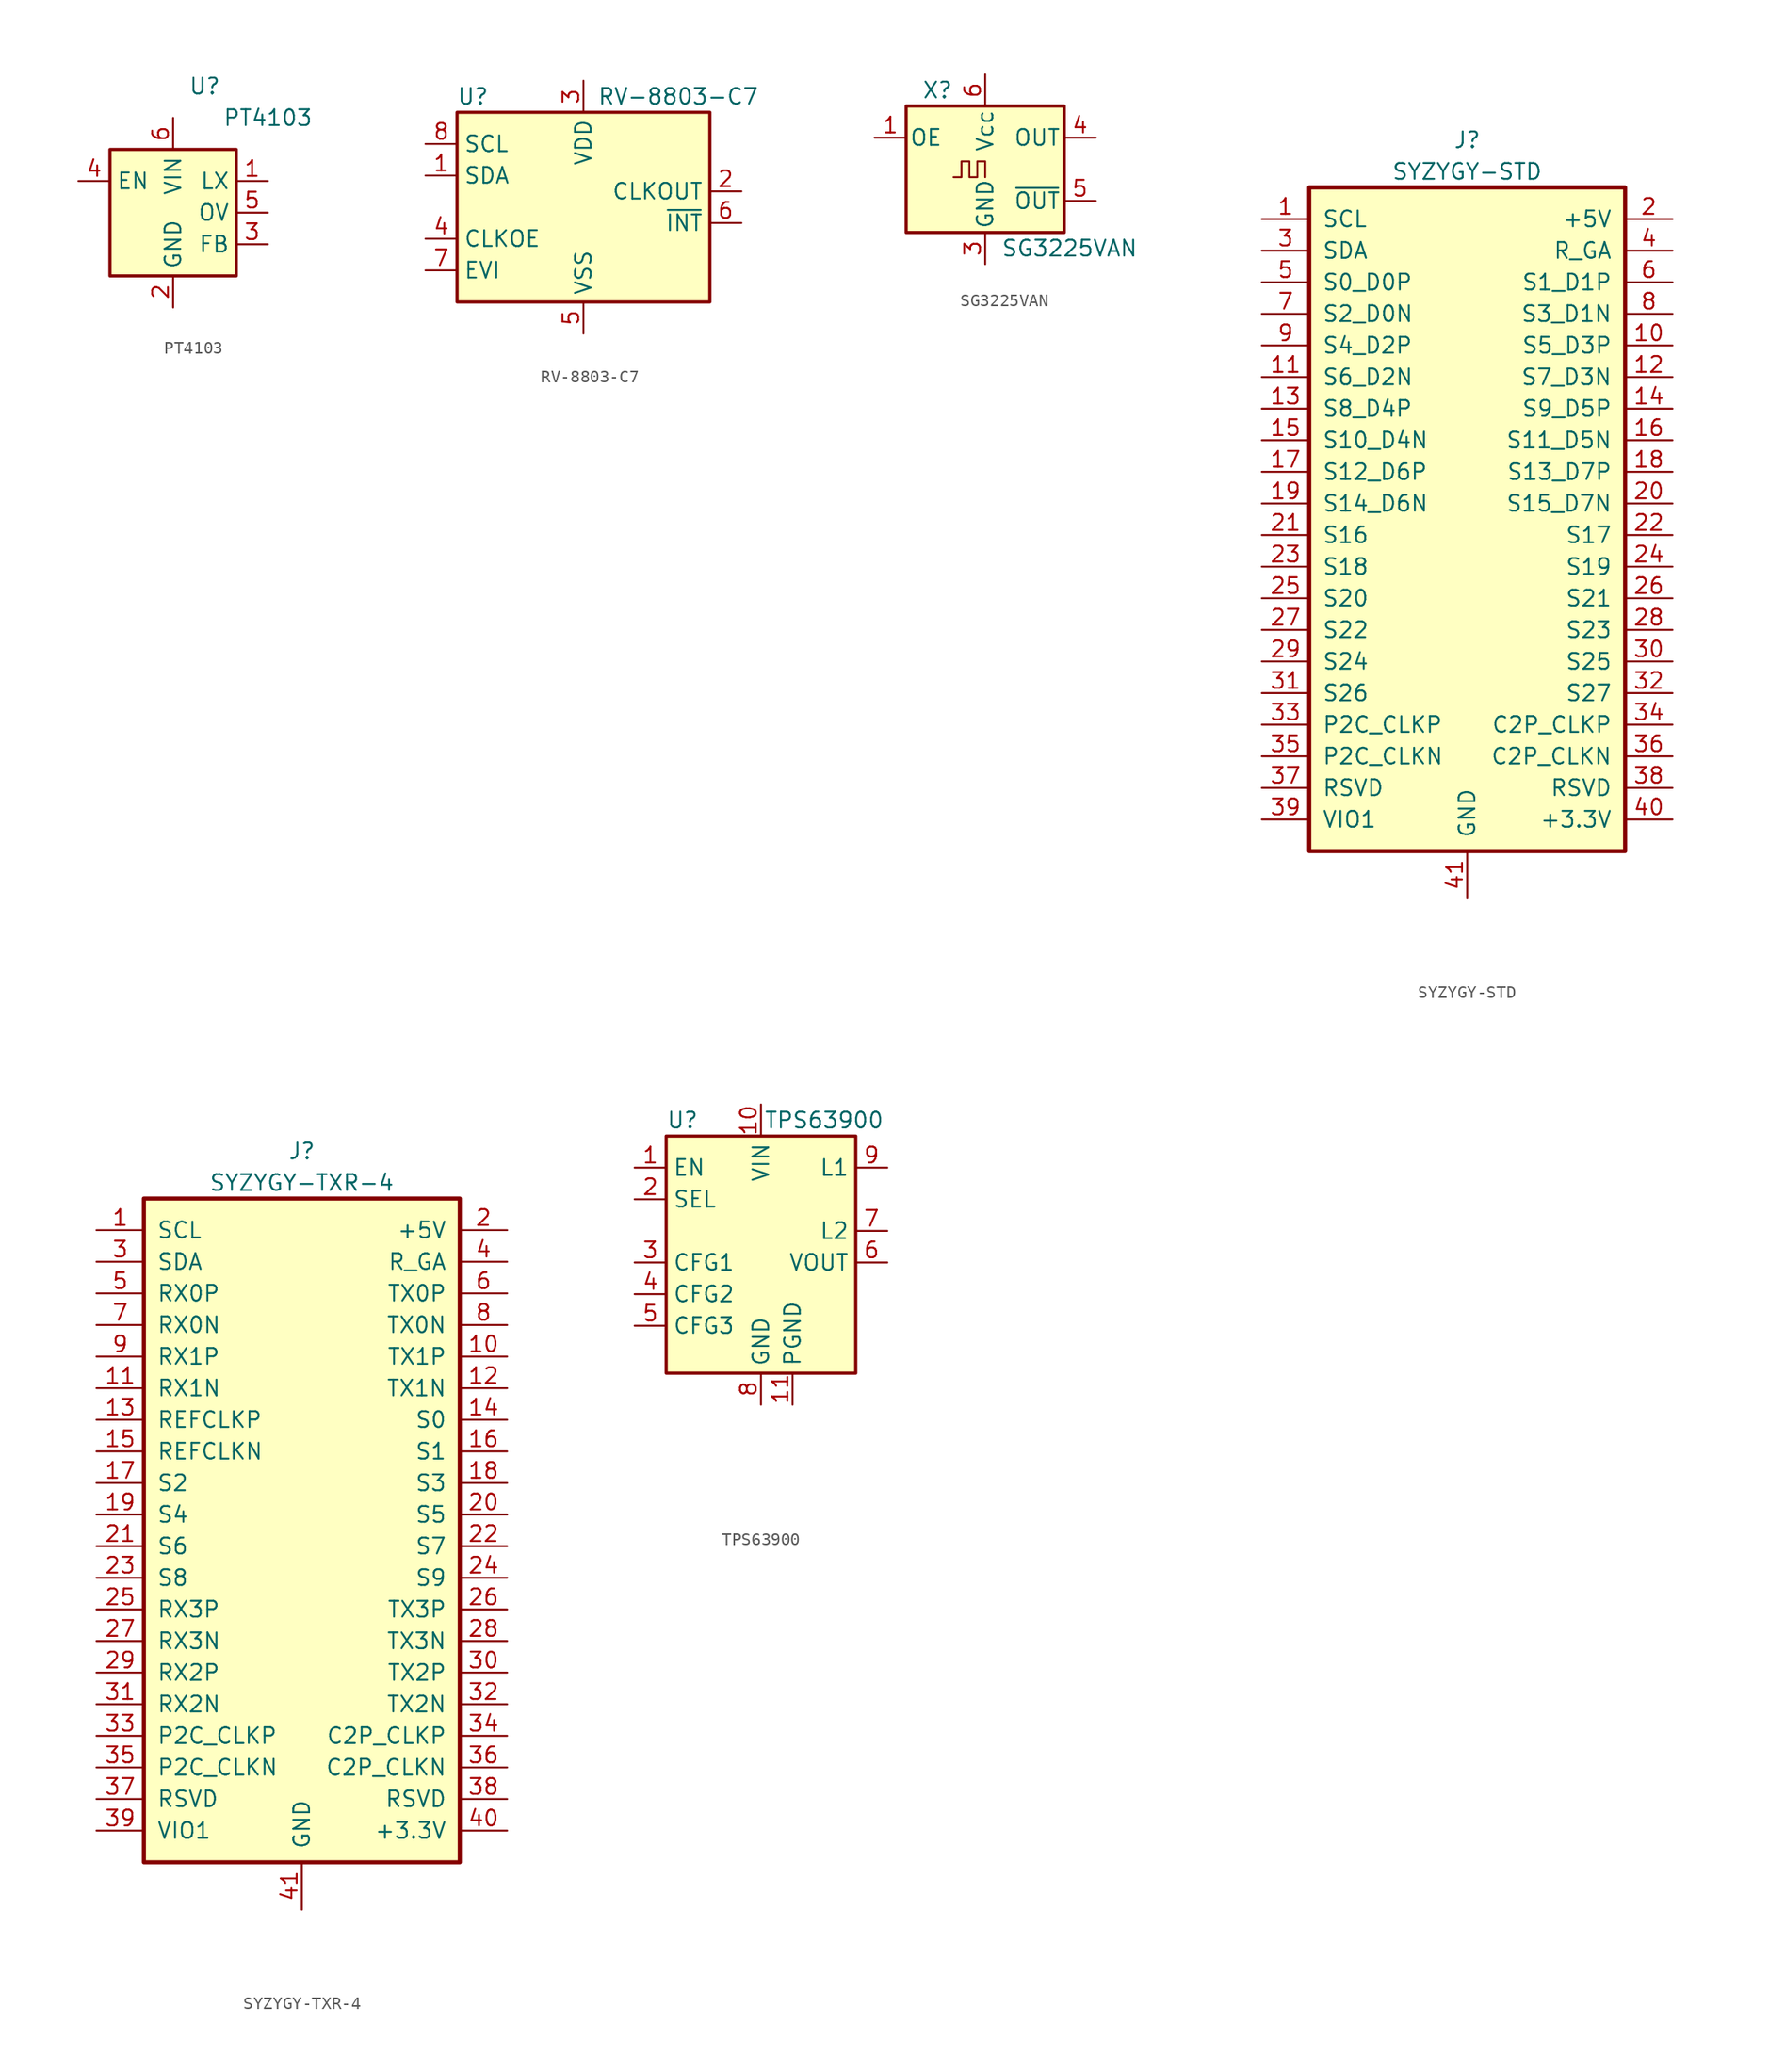
<source format=kicad_sym>
(kicad_symbol_lib
  (version 20201005)
  (generator kicad_symbol_editor)
  (symbol "gsd-kicad:PT4103"
    (property "Reference" "U"
      (at 2.54 10.16 0)
      (effects (font (size 1.27 1.27))))
    (property "Value" "PT4103"
      (at 7.62 7.62 0)
      (effects (font (size 1.27 1.27))))
    (symbol "PT4103_0_1"
      (rectangle (start 5.08 -5.08) (end -5.08 5.08) (stroke (width 0.254)) (fill (type background))))
    (symbol "PT4103_1_1"
      (pin open_collector line (at 7.62 2.54 180) (length 2.54) (name "LX" (effects (font (size 1.27 1.27)))) (number "1" (effects (font (size 1.27 1.27)))))
      (pin power_in line (at 0 -7.62 90) (length 2.54) (name "GND" (effects (font (size 1.27 1.27)))) (number "2" (effects (font (size 1.27 1.27)))))
      (pin input line (at 7.62 -2.54 180) (length 2.54) (name "FB" (effects (font (size 1.27 1.27)))) (number "3" (effects (font (size 1.27 1.27)))))
      (pin input line (at -7.62 2.54 0) (length 2.54) (name "EN" (effects (font (size 1.27 1.27)))) (number "4" (effects (font (size 1.27 1.27)))))
      (pin input line (at 7.62 0 180) (length 2.54) (name "OV" (effects (font (size 1.27 1.27)))) (number "5" (effects (font (size 1.27 1.27)))))
      (pin power_in line (at 0 7.62 270) (length 2.54) (name "VIN" (effects (font (size 1.27 1.27)))) (number "6" (effects (font (size 1.27 1.27)))))))
  (symbol "gsd-kicad:RV-8803-C7"
    (property "Reference" "U"
      (at -8.89 8.89 0)
      (effects (font (size 1.27 1.27))))
    (property "Value" "RV-8803-C7"
      (at 7.62 8.89 0)
      (effects (font (size 1.27 1.27))))
    (symbol "RV-8803-C7_0_1"
      (rectangle (start 10.16 7.62) (end -10.16 -7.62) (stroke (width 0.254)) (fill (type background))))
    (symbol "RV-8803-C7_1_1"
      (pin power_in line (at 0 10.16 270) (length 2.54) (name "VDD" (effects (font (size 1.27 1.27)))) (number "3" (effects (font (size 1.27 1.27)))))
      (pin open_collector line (at 12.7 -1.27 180) (length 2.54) (name "~INT" (effects (font (size 1.27 1.27)))) (number "6" (effects (font (size 1.27 1.27)))))
      (pin passive line (at 12.7 1.27 180) (length 2.54) (name "CLKOUT" (effects (font (size 1.27 1.27)))) (number "2" (effects (font (size 1.27 1.27)))))
      (pin input line (at -12.7 5.08 0) (length 2.54) (name "SCL" (effects (font (size 1.27 1.27)))) (number "8" (effects (font (size 1.27 1.27)))))
      (pin bidirectional line (at -12.7 2.54 0) (length 2.54) (name "SDA" (effects (font (size 1.27 1.27)))) (number "1" (effects (font (size 1.27 1.27)))))
      (pin power_in line (at 0 -10.16 90) (length 2.54) (name "VSS" (effects (font (size 1.27 1.27)))) (number "5" (effects (font (size 1.27 1.27)))))
      (pin input line (at -12.7 -5.08 0) (length 2.54) (name "EVI" (effects (font (size 1.27 1.27)))) (number "7" (effects (font (size 1.27 1.27)))))
      (pin input line (at -12.7 -2.54 0) (length 2.54) (name "CLKOE" (effects (font (size 1.27 1.27)))) (number "4" (effects (font (size 1.27 1.27)))))))
  (symbol "gsd-kicad:SG3225VAN"
    (pin_names
      (offset 0.254))
    (property "Reference" "X"
      (at -5.08 6.35 0)
      (effects (font (size 1.27 1.27)) (justify left)))
    (property "Value" "SG3225VAN"
      (at 1.27 -6.35 0)
      (effects (font (size 1.27 1.27)) (justify left)))
    (symbol "SG3225VAN_0_1"
      (rectangle (start -6.35 5.08) (end 6.35 -5.08) (stroke (width 0.254)) (fill (type background)))
      (polyline (pts (xy -2.54 -0.635) (xy -1.905 -0.635) (xy -1.905 0.635) (xy -1.27 0.635) (xy -1.27 -0.635) (xy -0.635 -0.635) (xy -0.635 0.635) (xy 0 0.635) (xy 0 -0.635)) (stroke (width 0)) (fill (type none))))
    (symbol "SG3225VAN_1_1"
      (pin input line (at -8.89 2.54 0) (length 2.54) (name "OE" (effects (font (size 1.27 1.27)))) (number "1" (effects (font (size 1.27 1.27)))))
      (pin power_in line (at 0 7.62 270) (length 2.54) (name "Vcc" (effects (font (size 1.27 1.27)))) (number "6" (effects (font (size 1.27 1.27)))))
      (pin power_in line (at 0 -7.62 90) (length 2.54) (name "GND" (effects (font (size 1.27 1.27)))) (number "3" (effects (font (size 1.27 1.27)))))
      (pin output line (at 8.89 2.54 180) (length 2.54) (name "OUT" (effects (font (size 1.27 1.27)))) (number "4" (effects (font (size 1.27 1.27)))))
      (pin output line (at 8.89 -2.54 180) (length 2.54) (name "~OUT" (effects (font (size 1.27 1.27)))) (number "5" (effects (font (size 1.27 1.27)))))))
  (symbol "gsd-kicad:SYZYGY-STD"
    (pin_names
      (offset 1.016))
    (property "Reference" "J"
      (at 0 27.94 0)
      (effects (font (size 1.27 1.27))))
    (property "Value" "SYZYGY-STD"
      (at 0 25.4 0)
      (effects (font (size 1.27 1.27))))
    (symbol "SYZYGY-STD_0_1"
      (rectangle (start -12.7 24.13) (end 12.7 -29.21) (stroke (width 0.33)) (fill (type background))))
    (symbol "SYZYGY-STD_1_1"
      (pin input line (at -16.51 21.59 0) (length 3.81) (name "SCL" (effects (font (size 1.27 1.27)))) (number "1" (effects (font (size 1.27 1.27)))))
      (pin input line (at 16.51 11.43 180) (length 3.81) (name "S5_D3P" (effects (font (size 1.27 1.27)))) (number "10" (effects (font (size 1.27 1.27)))))
      (pin input line (at -16.51 8.89 0) (length 3.81) (name "S6_D2N" (effects (font (size 1.27 1.27)))) (number "11" (effects (font (size 1.27 1.27)))))
      (pin input line (at 16.51 8.89 180) (length 3.81) (name "S7_D3N" (effects (font (size 1.27 1.27)))) (number "12" (effects (font (size 1.27 1.27)))))
      (pin input line (at -16.51 6.35 0) (length 3.81) (name "S8_D4P" (effects (font (size 1.27 1.27)))) (number "13" (effects (font (size 1.27 1.27)))))
      (pin input line (at 16.51 6.35 180) (length 3.81) (name "S9_D5P" (effects (font (size 1.27 1.27)))) (number "14" (effects (font (size 1.27 1.27)))))
      (pin input line (at -16.51 3.81 0) (length 3.81) (name "S10_D4N" (effects (font (size 1.27 1.27)))) (number "15" (effects (font (size 1.27 1.27)))))
      (pin input line (at 16.51 3.81 180) (length 3.81) (name "S11_D5N" (effects (font (size 1.27 1.27)))) (number "16" (effects (font (size 1.27 1.27)))))
      (pin input line (at -16.51 1.27 0) (length 3.81) (name "S12_D6P" (effects (font (size 1.27 1.27)))) (number "17" (effects (font (size 1.27 1.27)))))
      (pin input line (at 16.51 1.27 180) (length 3.81) (name "S13_D7P" (effects (font (size 1.27 1.27)))) (number "18" (effects (font (size 1.27 1.27)))))
      (pin input line (at -16.51 -1.27 0) (length 3.81) (name "S14_D6N" (effects (font (size 1.27 1.27)))) (number "19" (effects (font (size 1.27 1.27)))))
      (pin input line (at 16.51 21.59 180) (length 3.81) (name "+5V" (effects (font (size 1.27 1.27)))) (number "2" (effects (font (size 1.27 1.27)))))
      (pin input line (at 16.51 -1.27 180) (length 3.81) (name "S15_D7N" (effects (font (size 1.27 1.27)))) (number "20" (effects (font (size 1.27 1.27)))))
      (pin input line (at -16.51 -3.81 0) (length 3.81) (name "S16" (effects (font (size 1.27 1.27)))) (number "21" (effects (font (size 1.27 1.27)))))
      (pin input line (at 16.51 -3.81 180) (length 3.81) (name "S17" (effects (font (size 1.27 1.27)))) (number "22" (effects (font (size 1.27 1.27)))))
      (pin input line (at -16.51 -6.35 0) (length 3.81) (name "S18" (effects (font (size 1.27 1.27)))) (number "23" (effects (font (size 1.27 1.27)))))
      (pin input line (at 16.51 -6.35 180) (length 3.81) (name "S19" (effects (font (size 1.27 1.27)))) (number "24" (effects (font (size 1.27 1.27)))))
      (pin input line (at -16.51 -8.89 0) (length 3.81) (name "S20" (effects (font (size 1.27 1.27)))) (number "25" (effects (font (size 1.27 1.27)))))
      (pin input line (at 16.51 -8.89 180) (length 3.81) (name "S21" (effects (font (size 1.27 1.27)))) (number "26" (effects (font (size 1.27 1.27)))))
      (pin input line (at -16.51 -11.43 0) (length 3.81) (name "S22" (effects (font (size 1.27 1.27)))) (number "27" (effects (font (size 1.27 1.27)))))
      (pin input line (at 16.51 -11.43 180) (length 3.81) (name "S23" (effects (font (size 1.27 1.27)))) (number "28" (effects (font (size 1.27 1.27)))))
      (pin input line (at -16.51 -13.97 0) (length 3.81) (name "S24" (effects (font (size 1.27 1.27)))) (number "29" (effects (font (size 1.27 1.27)))))
      (pin input line (at -16.51 19.05 0) (length 3.81) (name "SDA" (effects (font (size 1.27 1.27)))) (number "3" (effects (font (size 1.27 1.27)))))
      (pin input line (at 16.51 -13.97 180) (length 3.81) (name "S25" (effects (font (size 1.27 1.27)))) (number "30" (effects (font (size 1.27 1.27)))))
      (pin input line (at -16.51 -16.51 0) (length 3.81) (name "S26" (effects (font (size 1.27 1.27)))) (number "31" (effects (font (size 1.27 1.27)))))
      (pin input line (at 16.51 -16.51 180) (length 3.81) (name "S27" (effects (font (size 1.27 1.27)))) (number "32" (effects (font (size 1.27 1.27)))))
      (pin input line (at -16.51 -19.05 0) (length 3.81) (name "P2C_CLKP" (effects (font (size 1.27 1.27)))) (number "33" (effects (font (size 1.27 1.27)))))
      (pin input line (at 16.51 -19.05 180) (length 3.81) (name "C2P_CLKP" (effects (font (size 1.27 1.27)))) (number "34" (effects (font (size 1.27 1.27)))))
      (pin input line (at -16.51 -21.59 0) (length 3.81) (name "P2C_CLKN" (effects (font (size 1.27 1.27)))) (number "35" (effects (font (size 1.27 1.27)))))
      (pin input line (at 16.51 -21.59 180) (length 3.81) (name "C2P_CLKN" (effects (font (size 1.27 1.27)))) (number "36" (effects (font (size 1.27 1.27)))))
      (pin input line (at -16.51 -24.13 0) (length 3.81) (name "RSVD" (effects (font (size 1.27 1.27)))) (number "37" (effects (font (size 1.27 1.27)))))
      (pin input line (at 16.51 -24.13 180) (length 3.81) (name "RSVD" (effects (font (size 1.27 1.27)))) (number "38" (effects (font (size 1.27 1.27)))))
      (pin input line (at -16.51 -26.67 0) (length 3.81) (name "VIO1" (effects (font (size 1.27 1.27)))) (number "39" (effects (font (size 1.27 1.27)))))
      (pin input line (at 16.51 19.05 180) (length 3.81) (name "R_GA" (effects (font (size 1.27 1.27)))) (number "4" (effects (font (size 1.27 1.27)))))
      (pin input line (at 16.51 -26.67 180) (length 3.81) (name "+3.3V" (effects (font (size 1.27 1.27)))) (number "40" (effects (font (size 1.27 1.27)))))
      (pin input line (at 0 -33.02 90) (length 3.81) (name "GND" (effects (font (size 1.27 1.27)))) (number "41" (effects (font (size 1.27 1.27)))))
      (pin input line (at -16.51 16.51 0) (length 3.81) (name "S0_D0P" (effects (font (size 1.27 1.27)))) (number "5" (effects (font (size 1.27 1.27)))))
      (pin input line (at 16.51 16.51 180) (length 3.81) (name "S1_D1P" (effects (font (size 1.27 1.27)))) (number "6" (effects (font (size 1.27 1.27)))))
      (pin input line (at -16.51 13.97 0) (length 3.81) (name "S2_D0N" (effects (font (size 1.27 1.27)))) (number "7" (effects (font (size 1.27 1.27)))))
      (pin input line (at 16.51 13.97 180) (length 3.81) (name "S3_D1N" (effects (font (size 1.27 1.27)))) (number "8" (effects (font (size 1.27 1.27)))))
      (pin input line (at -16.51 11.43 0) (length 3.81) (name "S4_D2P" (effects (font (size 1.27 1.27)))) (number "9" (effects (font (size 1.27 1.27)))))))
  (symbol "gsd-kicad:SYZYGY-TXR-4"
    (pin_names
      (offset 1.016))
    (property "Reference" "J"
      (at 0 27.94 0)
      (effects (font (size 1.27 1.27))))
    (property "Value" "SYZYGY-TXR-4"
      (at 0 25.4 0)
      (effects (font (size 1.27 1.27))))
    (symbol "SYZYGY-TXR-4_0_1"
      (rectangle (start -12.7 24.13) (end 12.7 -29.21) (stroke (width 0.33)) (fill (type background))))
    (symbol "SYZYGY-TXR-4_1_1"
      (pin input line (at -16.51 21.59 0) (length 3.81) (name "SCL" (effects (font (size 1.27 1.27)))) (number "1" (effects (font (size 1.27 1.27)))))
      (pin input line (at 16.51 11.43 180) (length 3.81) (name "TX1P" (effects (font (size 1.27 1.27)))) (number "10" (effects (font (size 1.27 1.27)))))
      (pin input line (at -16.51 8.89 0) (length 3.81) (name "RX1N" (effects (font (size 1.27 1.27)))) (number "11" (effects (font (size 1.27 1.27)))))
      (pin input line (at 16.51 8.89 180) (length 3.81) (name "TX1N" (effects (font (size 1.27 1.27)))) (number "12" (effects (font (size 1.27 1.27)))))
      (pin input line (at -16.51 6.35 0) (length 3.81) (name "REFCLKP" (effects (font (size 1.27 1.27)))) (number "13" (effects (font (size 1.27 1.27)))))
      (pin input line (at 16.51 6.35 180) (length 3.81) (name "S0" (effects (font (size 1.27 1.27)))) (number "14" (effects (font (size 1.27 1.27)))))
      (pin input line (at -16.51 3.81 0) (length 3.81) (name "REFCLKN" (effects (font (size 1.27 1.27)))) (number "15" (effects (font (size 1.27 1.27)))))
      (pin input line (at 16.51 3.81 180) (length 3.81) (name "S1" (effects (font (size 1.27 1.27)))) (number "16" (effects (font (size 1.27 1.27)))))
      (pin input line (at -16.51 1.27 0) (length 3.81) (name "S2" (effects (font (size 1.27 1.27)))) (number "17" (effects (font (size 1.27 1.27)))))
      (pin input line (at 16.51 1.27 180) (length 3.81) (name "S3" (effects (font (size 1.27 1.27)))) (number "18" (effects (font (size 1.27 1.27)))))
      (pin input line (at -16.51 -1.27 0) (length 3.81) (name "S4" (effects (font (size 1.27 1.27)))) (number "19" (effects (font (size 1.27 1.27)))))
      (pin input line (at 16.51 21.59 180) (length 3.81) (name "+5V" (effects (font (size 1.27 1.27)))) (number "2" (effects (font (size 1.27 1.27)))))
      (pin input line (at 16.51 -1.27 180) (length 3.81) (name "S5" (effects (font (size 1.27 1.27)))) (number "20" (effects (font (size 1.27 1.27)))))
      (pin input line (at -16.51 -3.81 0) (length 3.81) (name "S6" (effects (font (size 1.27 1.27)))) (number "21" (effects (font (size 1.27 1.27)))))
      (pin input line (at 16.51 -3.81 180) (length 3.81) (name "S7" (effects (font (size 1.27 1.27)))) (number "22" (effects (font (size 1.27 1.27)))))
      (pin input line (at -16.51 -6.35 0) (length 3.81) (name "S8" (effects (font (size 1.27 1.27)))) (number "23" (effects (font (size 1.27 1.27)))))
      (pin input line (at 16.51 -6.35 180) (length 3.81) (name "S9" (effects (font (size 1.27 1.27)))) (number "24" (effects (font (size 1.27 1.27)))))
      (pin input line (at -16.51 -8.89 0) (length 3.81) (name "RX3P" (effects (font (size 1.27 1.27)))) (number "25" (effects (font (size 1.27 1.27)))))
      (pin input line (at 16.51 -8.89 180) (length 3.81) (name "TX3P" (effects (font (size 1.27 1.27)))) (number "26" (effects (font (size 1.27 1.27)))))
      (pin input line (at -16.51 -11.43 0) (length 3.81) (name "RX3N" (effects (font (size 1.27 1.27)))) (number "27" (effects (font (size 1.27 1.27)))))
      (pin input line (at 16.51 -11.43 180) (length 3.81) (name "TX3N" (effects (font (size 1.27 1.27)))) (number "28" (effects (font (size 1.27 1.27)))))
      (pin input line (at -16.51 -13.97 0) (length 3.81) (name "RX2P" (effects (font (size 1.27 1.27)))) (number "29" (effects (font (size 1.27 1.27)))))
      (pin input line (at -16.51 19.05 0) (length 3.81) (name "SDA" (effects (font (size 1.27 1.27)))) (number "3" (effects (font (size 1.27 1.27)))))
      (pin input line (at 16.51 -13.97 180) (length 3.81) (name "TX2P" (effects (font (size 1.27 1.27)))) (number "30" (effects (font (size 1.27 1.27)))))
      (pin input line (at -16.51 -16.51 0) (length 3.81) (name "RX2N" (effects (font (size 1.27 1.27)))) (number "31" (effects (font (size 1.27 1.27)))))
      (pin input line (at 16.51 -16.51 180) (length 3.81) (name "TX2N" (effects (font (size 1.27 1.27)))) (number "32" (effects (font (size 1.27 1.27)))))
      (pin input line (at -16.51 -19.05 0) (length 3.81) (name "P2C_CLKP" (effects (font (size 1.27 1.27)))) (number "33" (effects (font (size 1.27 1.27)))))
      (pin input line (at 16.51 -19.05 180) (length 3.81) (name "C2P_CLKP" (effects (font (size 1.27 1.27)))) (number "34" (effects (font (size 1.27 1.27)))))
      (pin input line (at -16.51 -21.59 0) (length 3.81) (name "P2C_CLKN" (effects (font (size 1.27 1.27)))) (number "35" (effects (font (size 1.27 1.27)))))
      (pin input line (at 16.51 -21.59 180) (length 3.81) (name "C2P_CLKN" (effects (font (size 1.27 1.27)))) (number "36" (effects (font (size 1.27 1.27)))))
      (pin input line (at -16.51 -24.13 0) (length 3.81) (name "RSVD" (effects (font (size 1.27 1.27)))) (number "37" (effects (font (size 1.27 1.27)))))
      (pin input line (at 16.51 -24.13 180) (length 3.81) (name "RSVD" (effects (font (size 1.27 1.27)))) (number "38" (effects (font (size 1.27 1.27)))))
      (pin input line (at -16.51 -26.67 0) (length 3.81) (name "VIO1" (effects (font (size 1.27 1.27)))) (number "39" (effects (font (size 1.27 1.27)))))
      (pin input line (at 16.51 19.05 180) (length 3.81) (name "R_GA" (effects (font (size 1.27 1.27)))) (number "4" (effects (font (size 1.27 1.27)))))
      (pin input line (at 16.51 -26.67 180) (length 3.81) (name "+3.3V" (effects (font (size 1.27 1.27)))) (number "40" (effects (font (size 1.27 1.27)))))
      (pin input line (at 0 -33.02 90) (length 3.81) (name "GND" (effects (font (size 1.27 1.27)))) (number "41" (effects (font (size 1.27 1.27)))))
      (pin input line (at -16.51 16.51 0) (length 3.81) (name "RX0P" (effects (font (size 1.27 1.27)))) (number "5" (effects (font (size 1.27 1.27)))))
      (pin input line (at 16.51 16.51 180) (length 3.81) (name "TX0P" (effects (font (size 1.27 1.27)))) (number "6" (effects (font (size 1.27 1.27)))))
      (pin input line (at -16.51 13.97 0) (length 3.81) (name "RX0N" (effects (font (size 1.27 1.27)))) (number "7" (effects (font (size 1.27 1.27)))))
      (pin input line (at 16.51 13.97 180) (length 3.81) (name "TX0N" (effects (font (size 1.27 1.27)))) (number "8" (effects (font (size 1.27 1.27)))))
      (pin input line (at -16.51 11.43 0) (length 3.81) (name "RX1P" (effects (font (size 1.27 1.27)))) (number "9" (effects (font (size 1.27 1.27)))))))
  (symbol "gsd-kicad:TPS63900"
    (property "Reference" "U"
      (at -7.62 11.43 0)
      (effects (font (size 1.27 1.27)) (justify left)))
    (property "Value" "TPS63900"
      (at 5.08 11.43 0)
      (effects (font (size 1.27 1.27))))
    (symbol "TPS63900_0_1"
      (rectangle (start -7.62 10.16) (end 7.62 -8.89) (stroke (width 0.254)) (fill (type background))))
    (symbol "TPS63900_1_1"
      (pin power_out line (at 10.16 0 180) (length 2.54) (name "VOUT" (effects (font (size 1.27 1.27)))) (number "6" (effects (font (size 1.27 1.27)))))
      (pin passive line (at 2.54 -17.78 90) (length 2.54) hide (name "PGND" (effects (font (size 1.27 1.27)))) (number "11" (effects (font (size 1.27 1.27)))))
      (pin input line (at 10.16 2.54 180) (length 2.54) (name "L2" (effects (font (size 1.27 1.27)))) (number "7" (effects (font (size 1.27 1.27)))))
      (pin power_in line (at 2.54 -11.43 90) (length 2.54) (name "PGND" (effects (font (size 1.27 1.27)))) (number "11" (effects (font (size 1.27 1.27)))))
      (pin input line (at 10.16 7.62 180) (length 2.54) (name "L1" (effects (font (size 1.27 1.27)))) (number "9" (effects (font (size 1.27 1.27)))))
      (pin power_in line (at 0 12.7 270) (length 2.54) (name "VIN" (effects (font (size 1.27 1.27)))) (number "10" (effects (font (size 1.27 1.27)))))
      (pin input line (at -10.16 7.62 0) (length 2.54) (name "EN" (effects (font (size 1.27 1.27)))) (number "1" (effects (font (size 1.27 1.27)))))
      (pin input line (at -10.16 5.08 0) (length 2.54) (name "SEL" (effects (font (size 1.27 1.27)))) (number "2" (effects (font (size 1.27 1.27)))))
      (pin power_in line (at 0 -11.43 90) (length 2.54) (name "GND" (effects (font (size 1.27 1.27)))) (number "8" (effects (font (size 1.27 1.27)))))
      (pin input line (at -10.16 0 0) (length 2.54) (name "CFG1" (effects (font (size 1.27 1.27)))) (number "3" (effects (font (size 1.27 1.27)))))
      (pin input line (at -10.16 -2.54 0) (length 2.54) (name "CFG2" (effects (font (size 1.27 1.27)))) (number "4" (effects (font (size 1.27 1.27)))))
      (pin input line (at -10.16 -5.08 0) (length 2.54) (name "CFG3" (effects (font (size 1.27 1.27)))) (number "5" (effects (font (size 1.27 1.27))))))))
</source>
